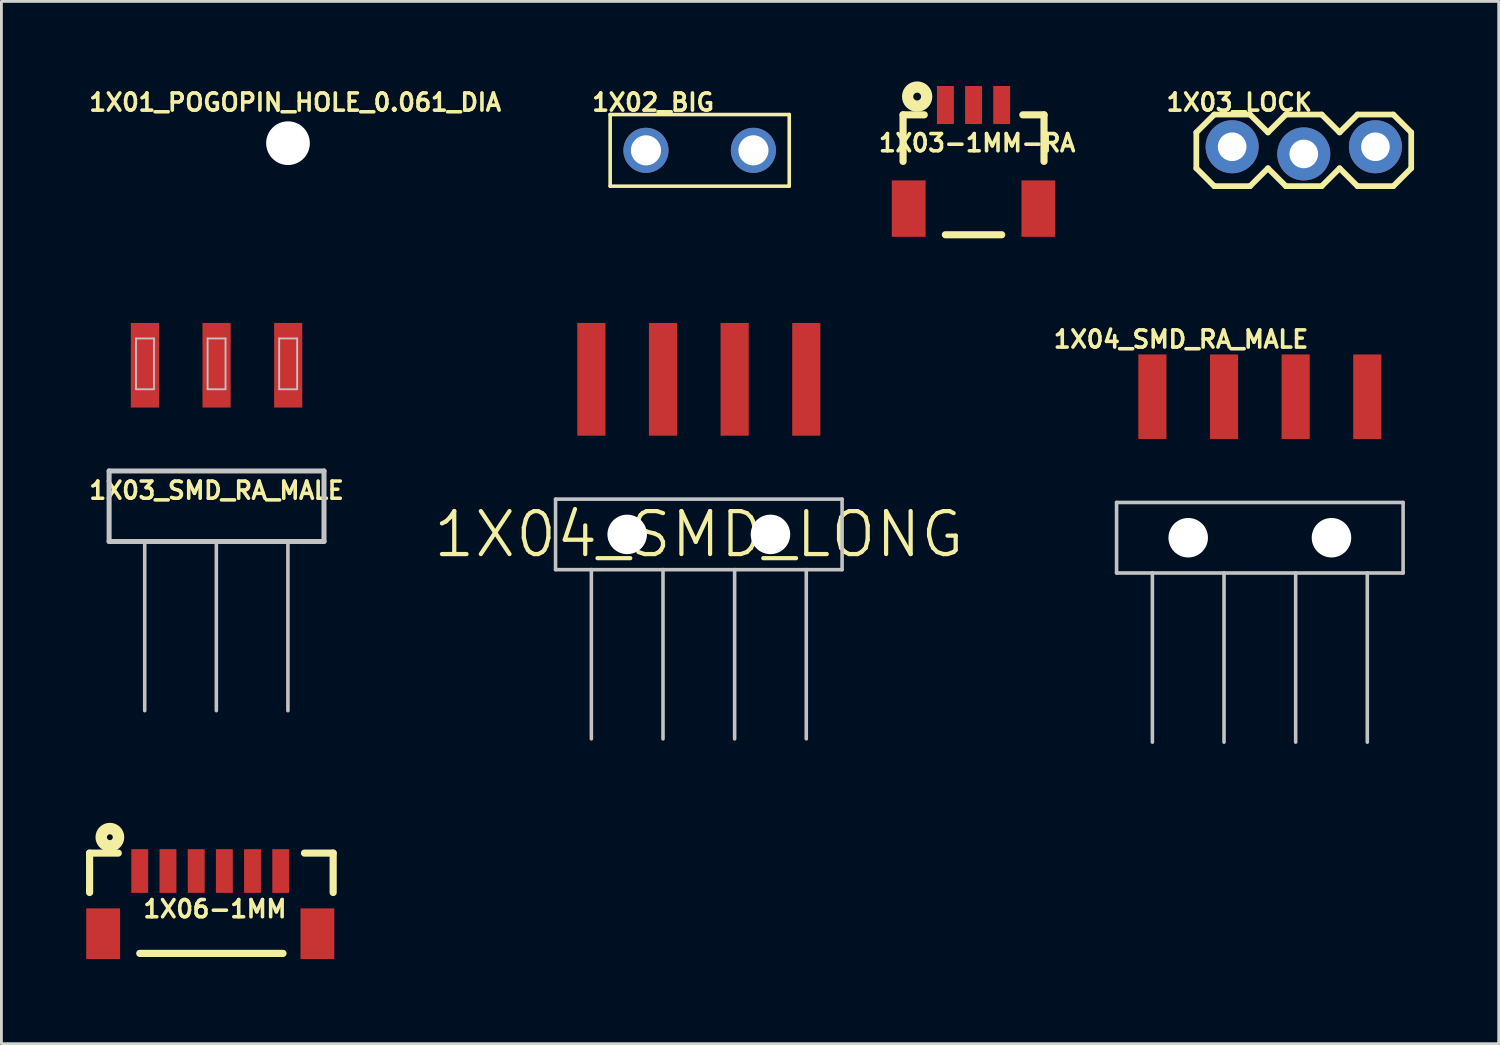
<source format=kicad_pcb>
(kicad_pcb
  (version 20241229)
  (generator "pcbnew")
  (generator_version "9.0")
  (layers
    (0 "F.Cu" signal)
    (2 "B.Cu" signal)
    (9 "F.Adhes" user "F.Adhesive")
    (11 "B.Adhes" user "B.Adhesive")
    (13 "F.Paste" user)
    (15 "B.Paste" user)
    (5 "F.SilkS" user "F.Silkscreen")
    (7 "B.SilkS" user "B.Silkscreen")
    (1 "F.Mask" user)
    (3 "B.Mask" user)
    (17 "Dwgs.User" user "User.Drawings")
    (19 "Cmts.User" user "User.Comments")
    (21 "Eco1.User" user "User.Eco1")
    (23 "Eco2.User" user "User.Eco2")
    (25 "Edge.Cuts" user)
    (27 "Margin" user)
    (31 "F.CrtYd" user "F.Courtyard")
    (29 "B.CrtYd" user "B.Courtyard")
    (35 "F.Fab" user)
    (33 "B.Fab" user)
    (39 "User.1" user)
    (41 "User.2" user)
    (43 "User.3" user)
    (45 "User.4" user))
  (footprint "1X04_SMD_RA_MALE"
    (layer "F.Cu")
    (at 41.622 16.017)
    (property "Reference" "1X04_SMD_RA_MALE" (at -2.794 -7.036 0) (layer "F.SilkS") (effects (font (size 0.61 0.61) (thickness 0.127))))
    (attr smd)
    (fp_line (start -5.08 -1.25) (end -5.08 1.25) (stroke (width 0.127) (type solid)) (layer "Dwgs.User"))
    (fp_line (start -5.08 1.25) (end -3.81 1.25) (stroke (width 0.127) (type solid)) (layer "Dwgs.User"))
    (fp_line (start -3.81 1.25) (end -3.81 7.249) (stroke (width 0.127) (type solid)) (layer "Dwgs.User"))
    (fp_line (start -3.81 1.25) (end -1.27 1.25) (stroke (width 0.127) (type solid)) (layer "Dwgs.User"))
    (fp_line (start -1.27 1.25) (end -1.27 7.249) (stroke (width 0.127) (type solid)) (layer "Dwgs.User"))
    (fp_line (start -1.27 1.25) (end 1.27 1.25) (stroke (width 0.127) (type solid)) (layer "Dwgs.User"))
    (fp_line (start 1.27 1.25) (end 1.27 7.249) (stroke (width 0.127) (type solid)) (layer "Dwgs.User"))
    (fp_line (start 1.27 1.25) (end 3.81 1.25) (stroke (width 0.127) (type solid)) (layer "Dwgs.User"))
    (fp_line (start 3.81 1.25) (end 3.81 7.249) (stroke (width 0.127) (type solid)) (layer "Dwgs.User"))
    (fp_line (start 3.81 1.25) (end 5.08 1.25) (stroke (width 0.127) (type solid)) (layer "Dwgs.User"))
    (fp_line (start 5.08 -1.25) (end -5.08 -1.25) (stroke (width 0.127) (type solid)) (layer "Dwgs.User"))
    (fp_line (start 5.08 1.25) (end 5.08 -1.25) (stroke (width 0.127) (type solid)) (layer "Dwgs.User"))
    (pad "" np_thru_hole circle (at -2.54 0) (size 1.4 1.4) (drill 1.4) (layers "*.Cu" "*.Mask"))
    (pad "" np_thru_hole circle (at 2.54 0) (size 1.4 1.4) (drill 1.4) (layers "*.Cu" "*.Mask"))
    (pad "1" smd rect (at -3.81 -4.999 90) (size 3 0.998) (layers "F.Cu" "F.Mask" "F.Paste"))
    (pad "2" smd rect (at -1.27 -4.999 90) (size 3 0.998) (layers "F.Cu" "F.Mask" "F.Paste"))
    (pad "3" smd rect (at 1.27 -4.999 90) (size 3 0.998) (layers "F.Cu" "F.Mask" "F.Paste"))
    (pad "4" smd rect (at 3.81 -4.999 90) (size 3 0.998) (layers "F.Cu" "F.Mask" "F.Paste")))
  (footprint "1X04_SMD_LONG"
    (layer "F.Cu")
    (at 21.729 15.899)
    (property "Reference" "1X04_SMD_LONG" (at 0 0 0) (layer "F.SilkS") (effects (font (size 1.524 1.524) (thickness 0.15))))
    (attr smd)
    (fp_line (start -5.08 -1.25) (end -5.08 1.25) (stroke (width 0.127) (type solid)) (layer "Dwgs.User"))
    (fp_line (start -5.08 1.25) (end -3.81 1.25) (stroke (width 0.127) (type solid)) (layer "Dwgs.User"))
    (fp_line (start -3.81 1.25) (end -3.81 7.249) (stroke (width 0.127) (type solid)) (layer "Dwgs.User"))
    (fp_line (start -3.81 1.25) (end -1.27 1.25) (stroke (width 0.127) (type solid)) (layer "Dwgs.User"))
    (fp_line (start -1.27 1.25) (end -1.27 7.249) (stroke (width 0.127) (type solid)) (layer "Dwgs.User"))
    (fp_line (start -1.27 1.25) (end 1.27 1.25) (stroke (width 0.127) (type solid)) (layer "Dwgs.User"))
    (fp_line (start 1.27 1.25) (end 1.27 7.249) (stroke (width 0.127) (type solid)) (layer "Dwgs.User"))
    (fp_line (start 1.27 1.25) (end 3.81 1.25) (stroke (width 0.127) (type solid)) (layer "Dwgs.User"))
    (fp_line (start 3.81 1.25) (end 3.81 7.249) (stroke (width 0.127) (type solid)) (layer "Dwgs.User"))
    (fp_line (start 3.81 1.25) (end 5.08 1.25) (stroke (width 0.127) (type solid)) (layer "Dwgs.User"))
    (fp_line (start 5.08 -1.25) (end -5.08 -1.25) (stroke (width 0.127) (type solid)) (layer "Dwgs.User"))
    (fp_line (start 5.08 1.25) (end 5.08 -1.25) (stroke (width 0.127) (type solid)) (layer "Dwgs.User"))
    (pad "" np_thru_hole circle (at -2.54 0) (size 1.4 1.4) (drill 1.4) (layers "*.Cu" "*.Mask"))
    (pad "" np_thru_hole circle (at 2.54 0) (size 1.4 1.4) (drill 1.4) (layers "*.Cu" "*.Mask"))
    (pad "1" smd rect (at -3.81 -5.499 90) (size 3.998 0.998) (layers "F.Cu" "F.Mask" "F.Paste"))
    (pad "2" smd rect (at -1.27 -5.499 90) (size 3.998 0.998) (layers "F.Cu" "F.Mask" "F.Paste"))
    (pad "3" smd rect (at 1.27 -5.499 90) (size 3.998 0.998) (layers "F.Cu" "F.Mask" "F.Paste"))
    (pad "4" smd rect (at 3.81 -5.499 90) (size 3.998 0.998) (layers "F.Cu" "F.Mask" "F.Paste")))
  (footprint "1X06-1MM"
    (layer "F.Cu")
    (at 4.445 29.105)
    (property "Reference" "1X06-1MM" (at 0.127 0.076 0) (layer "F.SilkS") (effects (font (size 0.61 0.61) (thickness 0.127))))
    (attr smd)
    (fp_line (start -4.318 -1.905) (end -3.302 -1.905) (stroke (width 0.254) (type solid)) (layer "F.SilkS"))
    (fp_line (start -4.318 -0.508) (end -4.318 -1.905) (stroke (width 0.254) (type solid)) (layer "F.SilkS"))
    (fp_line (start -2.54 1.651) (end 2.54 1.651) (stroke (width 0.254) (type solid)) (layer "F.SilkS"))
    (fp_line (start 3.302 -1.905) (end 4.318 -1.905) (stroke (width 0.254) (type solid)) (layer "F.SilkS"))
    (fp_line (start 4.318 -1.905) (end 4.318 -0.508) (stroke (width 0.254) (type solid)) (layer "F.SilkS"))
    (fp_circle (center -3.599 -2.469) (end -3.599 -2.573) (stroke (width 0.406) (type solid)) (fill no) (layer "F.SilkS"))
    (pad "1" smd rect (at -2.54 -1.27) (size 0.599 1.549) (layers "F.Cu" "F.Mask" "F.Paste"))
    (pad "2" smd rect (at -1.539 -1.27) (size 0.599 1.549) (layers "F.Cu" "F.Mask" "F.Paste"))
    (pad "3" smd rect (at -0.538 -1.27) (size 0.599 1.549) (layers "F.Cu" "F.Mask" "F.Paste"))
    (pad "4" smd rect (at 0.46 -1.27) (size 0.599 1.549) (layers "F.Cu" "F.Mask" "F.Paste"))
    (pad "5" smd rect (at 1.458 -1.27) (size 0.599 1.549) (layers "F.Cu" "F.Mask" "F.Paste"))
    (pad "6" smd rect (at 2.459 -1.27) (size 0.599 1.549) (layers "F.Cu" "F.Mask" "F.Paste"))
    (pad "P$1" smd rect (at -3.838 0.953) (size 1.199 1.798) (layers "F.Cu" "F.Mask" "F.Paste"))
    (pad "P$2" smd rect (at 3.759 0.953) (size 1.199 1.798) (layers "F.Cu" "F.Mask" "F.Paste")))
  (footprint "1X02_BIG"
    (layer "F.Cu")
    (at 19.855 2.281)
    (property "Reference" "1X02_BIG" (at 0.254 -1.702 0) (layer "F.SilkS") (effects (font (size 0.61 0.61) (thickness 0.127))))
    (attr exclude_from_pos_files exclude_from_bom)
    (fp_line (start -1.27 -1.27) (end -1.27 1.27) (stroke (width 0.127) (type solid)) (layer "F.SilkS"))
    (fp_line (start -1.27 1.27) (end 5.08 1.27) (stroke (width 0.127) (type solid)) (layer "F.SilkS"))
    (fp_line (start 5.08 -1.27) (end -1.27 -1.27) (stroke (width 0.127) (type solid)) (layer "F.SilkS"))
    (fp_line (start 5.08 1.27) (end 5.08 -1.27) (stroke (width 0.127) (type solid)) (layer "F.SilkS"))
    (pad "P$1" thru_hole circle (at 0 0) (size 1.6 1.6) (drill 1.067) (layers "*.Cu" "*.Paste" "*.Mask"))
    (pad "P$2" thru_hole circle (at 3.81 0) (size 1.6 1.6) (drill 1.067) (layers "*.Cu" "*.Paste" "*.Mask")))
  (footprint "1X01_POGOPIN_HOLE_0.061_DIA"
    (layer "F.Cu")
    (at 7.162 2.027)
    (property "Reference" "1X01_POGOPIN_HOLE_0.061_DIA" (at 0.254 -1.448 0) (layer "F.SilkS") (effects (font (size 0.61 0.61) (thickness 0.127))))
    (attr exclude_from_pos_files exclude_from_bom)
    (fp_circle (center 0 0) (end 0 -0.635) (stroke (width 0.127) (type solid)) (fill no) (layer "Dwgs.User"))
    (pad "" np_thru_hole circle (at 0 0) (size 1.549 1.549) (drill 1.549) (layers "*.Cu" "*.Mask"))
    (pad "1" thru_hole circle (at 0 0) (size 0.813 0.813) (drill 0.899) (layers "*.Cu" "*.Paste" "*.Mask")))
  (footprint "1X03_SMD_RA_MALE"
    (layer "F.Cu")
    (at 4.629 14.9)
    (property "Reference" "1X03_SMD_RA_MALE" (at 0 -0.559 0) (layer "F.SilkS") (effects (font (size 0.61 0.61) (thickness 0.127))))
    (attr smd)
    (fp_line (start -3.81 -1.25) (end -3.81 1.25) (stroke (width 0.178) (type solid)) (layer "Dwgs.User"))
    (fp_line (start -2.857 -5.949) (end -2.22 -5.949) (stroke (width 0.066) (type solid)) (layer "Dwgs.User"))
    (fp_line (start -2.857 -4.148) (end -2.857 -5.949) (stroke (width 0.066) (type solid)) (layer "Dwgs.User"))
    (fp_line (start -2.857 -4.148) (end -2.22 -4.148) (stroke (width 0.066) (type solid)) (layer "Dwgs.User"))
    (fp_line (start -2.548 1.25) (end -3.81 1.25) (stroke (width 0.178) (type solid)) (layer "Dwgs.User"))
    (fp_line (start -2.548 1.25) (end -2.548 7.249) (stroke (width 0.127) (type solid)) (layer "Dwgs.User"))
    (fp_line (start -2.22 -4.148) (end -2.22 -5.949) (stroke (width 0.066) (type solid)) (layer "Dwgs.User"))
    (fp_line (start -0.318 -5.949) (end 0.318 -5.949) (stroke (width 0.066) (type solid)) (layer "Dwgs.User"))
    (fp_line (start -0.318 -4.148) (end -0.318 -5.949) (stroke (width 0.066) (type solid)) (layer "Dwgs.User"))
    (fp_line (start -0.318 -4.148) (end 0.318 -4.148) (stroke (width 0.066) (type solid)) (layer "Dwgs.User"))
    (fp_line (start -0.008 1.25) (end -2.548 1.25) (stroke (width 0.178) (type solid)) (layer "Dwgs.User"))
    (fp_line (start -0.008 1.25) (end -0.008 7.249) (stroke (width 0.127) (type solid)) (layer "Dwgs.User"))
    (fp_line (start 0.318 -4.148) (end 0.318 -5.949) (stroke (width 0.066) (type solid)) (layer "Dwgs.User"))
    (fp_line (start 2.22 -5.949) (end 2.857 -5.949) (stroke (width 0.066) (type solid)) (layer "Dwgs.User"))
    (fp_line (start 2.22 -4.148) (end 2.22 -5.949) (stroke (width 0.066) (type solid)) (layer "Dwgs.User"))
    (fp_line (start 2.22 -4.148) (end 2.857 -4.148) (stroke (width 0.066) (type solid)) (layer "Dwgs.User"))
    (fp_line (start 2.53 1.25) (end -0.008 1.25) (stroke (width 0.178) (type solid)) (layer "Dwgs.User"))
    (fp_line (start 2.53 1.25) (end 2.53 7.249) (stroke (width 0.127) (type solid)) (layer "Dwgs.User"))
    (fp_line (start 2.857 -4.148) (end 2.857 -5.949) (stroke (width 0.066) (type solid)) (layer "Dwgs.User"))
    (fp_line (start 3.81 -1.25) (end -3.81 -1.25) (stroke (width 0.178) (type solid)) (layer "Dwgs.User"))
    (fp_line (start 3.81 1.25) (end 2.53 1.25) (stroke (width 0.178) (type solid)) (layer "Dwgs.User"))
    (fp_line (start 3.81 1.25) (end 3.81 -1.25) (stroke (width 0.178) (type solid)) (layer "Dwgs.User"))
    (pad "1" smd rect (at -2.54 -4.999 90) (size 3 0.998) (layers "F.Cu" "F.Mask" "F.Paste"))
    (pad "2" smd rect (at 0 -4.999 90) (size 3 0.998) (layers "F.Cu" "F.Mask" "F.Paste"))
    (pad "3" smd rect (at 2.54 -4.999 90) (size 3 0.998) (layers "F.Cu" "F.Mask" "F.Paste")))
  (footprint "1X03-1MM-RA"
    (layer "F.Cu")
    (at 31.47 0.674)
    (property "Reference" "1X03-1MM-RA" (at 0.127 1.346 0) (layer "F.SilkS") (effects (font (size 0.61 0.61) (thickness 0.127))))
    (attr smd)
    (fp_line (start -2.499 0.348) (end -1.748 0.348) (stroke (width 0.254) (type solid)) (layer "F.SilkS"))
    (fp_line (start -2.499 1.999) (end -2.499 0.348) (stroke (width 0.254) (type solid)) (layer "F.SilkS"))
    (fp_line (start -0.998 4.6) (end 0.998 4.6) (stroke (width 0.254) (type solid)) (layer "F.SilkS"))
    (fp_line (start 1.748 0.348) (end 2.499 0.348) (stroke (width 0.254) (type solid)) (layer "F.SilkS"))
    (fp_line (start 2.499 0.348) (end 2.499 1.999) (stroke (width 0.254) (type solid)) (layer "F.SilkS"))
    (fp_circle (center -1.999 -0.3) (end -1.999 -0.439) (stroke (width 0.399) (type solid)) (fill no) (layer "F.SilkS"))
    (pad "1" smd rect (at -0.998 0) (size 0.599 1.349) (layers "F.Cu" "F.Mask" "F.Paste"))
    (pad "2" smd rect (at 0 0) (size 0.599 1.349) (layers "F.Cu" "F.Mask" "F.Paste"))
    (pad "3" smd rect (at 0.998 0) (size 0.599 1.349) (layers "F.Cu" "F.Mask" "F.Paste"))
    (pad "NC1" smd rect (at 2.299 3.673) (size 1.199 1.999) (layers "F.Cu" "F.Mask" "F.Paste"))
    (pad "NC2" smd rect (at -2.299 3.673) (size 1.199 1.999) (layers "F.Cu" "F.Mask" "F.Paste")))
  (footprint "1X03_LOCK"
    (layer "F.Cu")
    (at 40.64 2.281)
    (property "Reference" "1X03_LOCK" (at 0.254 -1.702 0) (layer "F.SilkS") (effects (font (size 0.61 0.61) (thickness 0.127))))
    (attr exclude_from_pos_files exclude_from_bom)
    (fp_line (start -1.27 -0.635) (end -1.27 0.635) (stroke (width 0.203) (type solid)) (layer "F.SilkS"))
    (fp_line (start -1.27 0.635) (end -0.635 1.27) (stroke (width 0.203) (type solid)) (layer "F.SilkS"))
    (fp_line (start -0.635 -1.27) (end -1.27 -0.635) (stroke (width 0.203) (type solid)) (layer "F.SilkS"))
    (fp_line (start -0.635 -1.27) (end 0.635 -1.27) (stroke (width 0.203) (type solid)) (layer "F.SilkS"))
    (fp_line (start 0.635 -1.27) (end 1.27 -0.635) (stroke (width 0.203) (type solid)) (layer "F.SilkS"))
    (fp_line (start 0.635 1.27) (end -0.635 1.27) (stroke (width 0.203) (type solid)) (layer "F.SilkS"))
    (fp_line (start 1.27 -0.635) (end 1.905 -1.27) (stroke (width 0.203) (type solid)) (layer "F.SilkS"))
    (fp_line (start 1.27 0.635) (end 0.635 1.27) (stroke (width 0.203) (type solid)) (layer "F.SilkS"))
    (fp_line (start 1.905 -1.27) (end 3.175 -1.27) (stroke (width 0.203) (type solid)) (layer "F.SilkS"))
    (fp_line (start 1.905 1.27) (end 1.27 0.635) (stroke (width 0.203) (type solid)) (layer "F.SilkS"))
    (fp_line (start 3.175 -1.27) (end 3.81 -0.635) (stroke (width 0.203) (type solid)) (layer "F.SilkS"))
    (fp_line (start 3.175 1.27) (end 1.905 1.27) (stroke (width 0.203) (type solid)) (layer "F.SilkS"))
    (fp_line (start 3.81 -0.635) (end 4.445 -1.27) (stroke (width 0.203) (type solid)) (layer "F.SilkS"))
    (fp_line (start 3.81 0.635) (end 3.175 1.27) (stroke (width 0.203) (type solid)) (layer "F.SilkS"))
    (fp_line (start 4.445 -1.27) (end 5.715 -1.27) (stroke (width 0.203) (type solid)) (layer "F.SilkS"))
    (fp_line (start 4.445 1.27) (end 3.81 0.635) (stroke (width 0.203) (type solid)) (layer "F.SilkS"))
    (fp_line (start 5.715 -1.27) (end 6.35 -0.635) (stroke (width 0.203) (type solid)) (layer "F.SilkS"))
    (fp_line (start 5.715 1.27) (end 4.445 1.27) (stroke (width 0.203) (type solid)) (layer "F.SilkS"))
    (fp_line (start 6.35 -0.635) (end 6.35 0.635) (stroke (width 0.203) (type solid)) (layer "F.SilkS"))
    (fp_line (start 6.35 0.635) (end 5.715 1.27) (stroke (width 0.203) (type solid)) (layer "F.SilkS"))
    (fp_line (start -0.254 -0.254) (end 0.254 -0.254) (stroke (width 0.066) (type solid)) (layer "Dwgs.User"))
    (fp_line (start -0.254 0.254) (end -0.254 -0.254) (stroke (width 0.066) (type solid)) (layer "Dwgs.User"))
    (fp_line (start -0.254 0.254) (end 0.254 0.254) (stroke (width 0.066) (type solid)) (layer "Dwgs.User"))
    (fp_line (start 0.254 0.254) (end 0.254 -0.254) (stroke (width 0.066) (type solid)) (layer "Dwgs.User"))
    (fp_line (start 2.286 -0.254) (end 2.794 -0.254) (stroke (width 0.066) (type solid)) (layer "Dwgs.User"))
    (fp_line (start 2.286 0.254) (end 2.286 -0.254) (stroke (width 0.066) (type solid)) (layer "Dwgs.User"))
    (fp_line (start 2.286 0.254) (end 2.794 0.254) (stroke (width 0.066) (type solid)) (layer "Dwgs.User"))
    (fp_line (start 2.794 0.254) (end 2.794 -0.254) (stroke (width 0.066) (type solid)) (layer "Dwgs.User"))
    (fp_line (start 4.826 -0.254) (end 5.334 -0.254) (stroke (width 0.066) (type solid)) (layer "Dwgs.User"))
    (fp_line (start 4.826 0.254) (end 4.826 -0.254) (stroke (width 0.066) (type solid)) (layer "Dwgs.User"))
    (fp_line (start 4.826 0.254) (end 5.334 0.254) (stroke (width 0.066) (type solid)) (layer "Dwgs.User"))
    (fp_line (start 5.334 0.254) (end 5.334 -0.254) (stroke (width 0.066) (type solid)) (layer "Dwgs.User"))
    (pad "1" thru_hole circle (at 0 -0.127) (size 1.88 1.88) (drill 1.016) (layers "*.Cu" "*.Paste" "*.Mask"))
    (pad "2" thru_hole circle (at 2.54 0.127) (size 1.88 1.88) (drill 1.016) (layers "*.Cu" "*.Paste" "*.Mask"))
    (pad "3" thru_hole circle (at 5.08 -0.127) (size 1.88 1.88) (drill 1.016) (layers "*.Cu" "*.Paste" "*.Mask")))
  (gr_rect
    (start -3 -3)
    (end 50.092 33.957)
    (stroke (width 0.1) (type default))
    (fill no)
    (layer "Edge.Cuts")))
</source>
